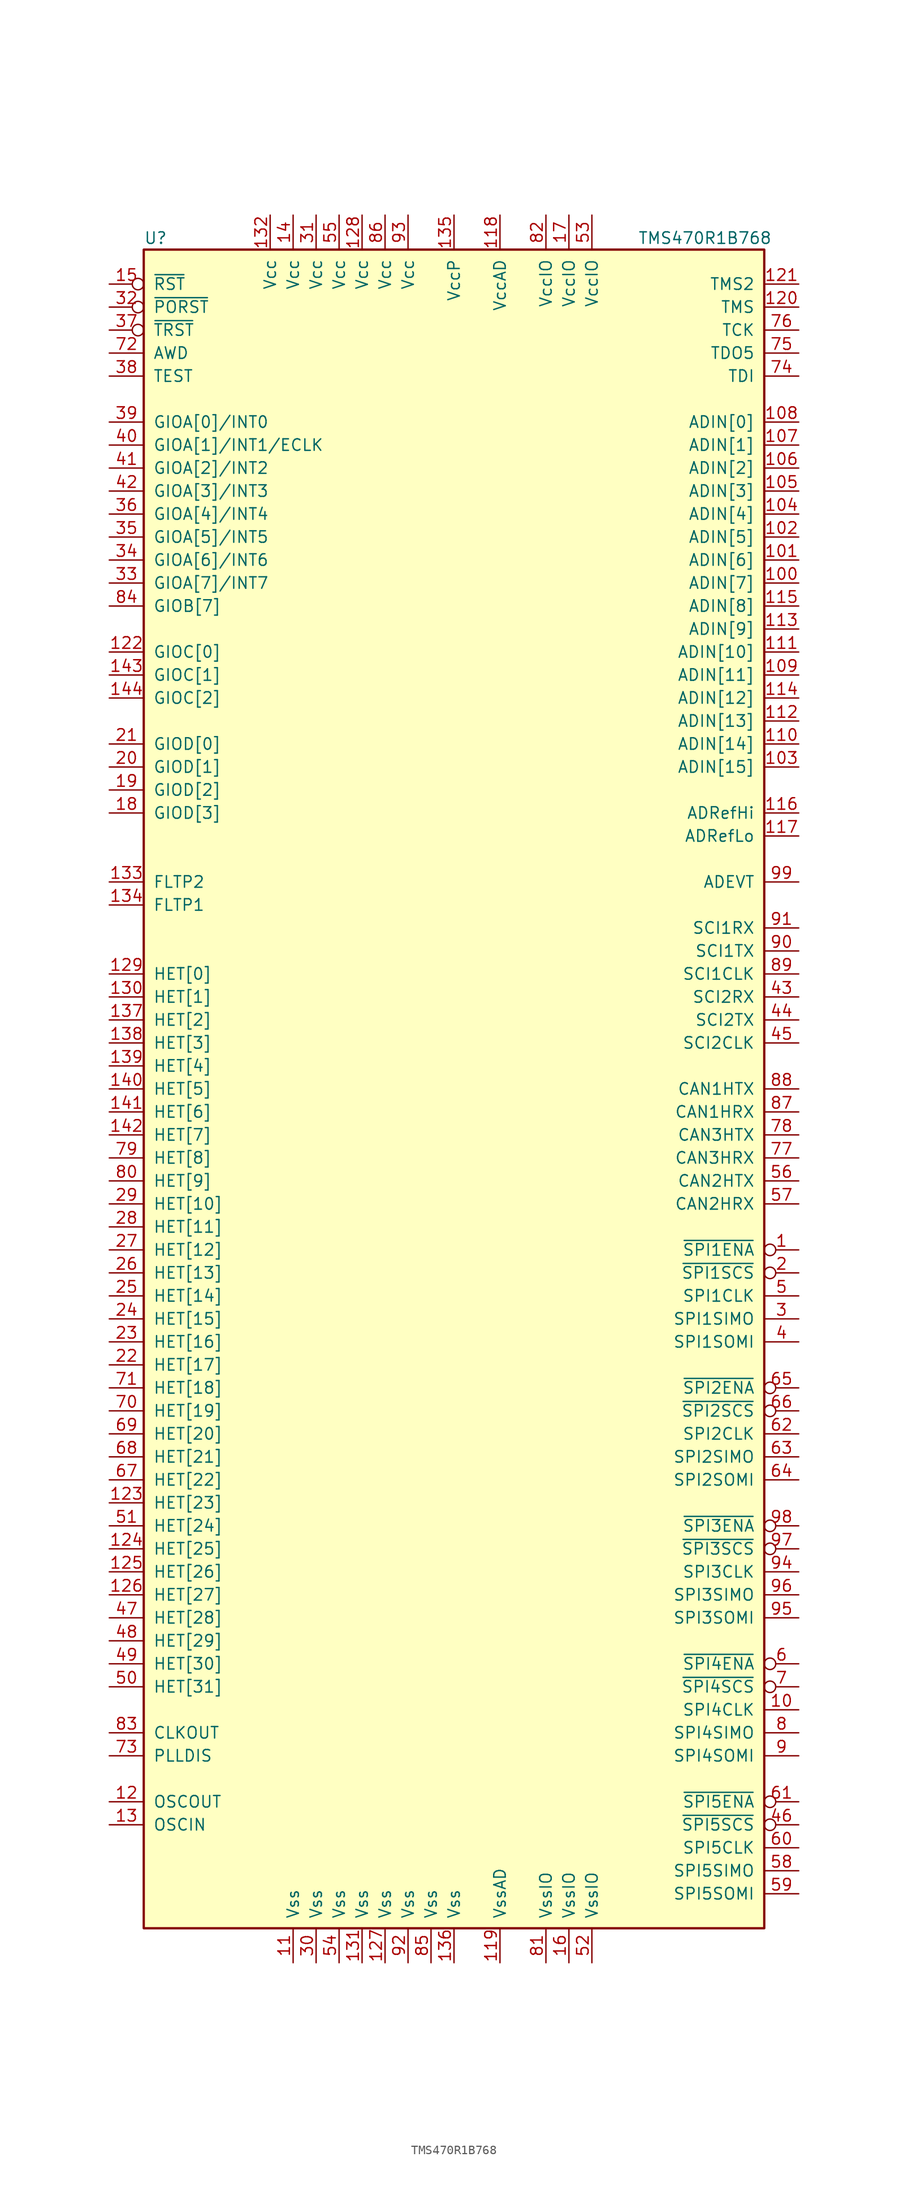
<source format=kicad_sym>
(kicad_symbol_lib
  (version 20211014)
  (generator kicad_symbol_editor)
  (symbol "TMS470R1B768"
    (pin_names
      (offset 1.016))
    (property "Reference" "U"
      (at -34.29 93.98 0)
      (effects (font (size 1.27 1.27)) (justify left)))
    (property "Value" "TMS470R1B768"
      (at 20.32 93.98 0)
      (effects (font (size 1.27 1.27)) (justify left)))
    (symbol "TMS470R1B768_0_1"
      (rectangle (start -34.29 92.71) (end 34.29 -92.71) (stroke (width 0.254) (type default) (color 0 0 0 0)) (fill (type background))))
    (symbol "TMS470R1B768_1_1"
      (pin passive inverted (at 38.1 -17.78 180) (length 3.81) (name "~{SPI1ENA}" (effects (font (size 1.27 1.27)))) (number "1" (effects (font (size 1.27 1.27)))))
      (pin passive line (at 38.1 -68.58 180) (length 3.81) (name "SPI4CLK" (effects (font (size 1.27 1.27)))) (number "10" (effects (font (size 1.27 1.27)))))
      (pin passive line (at 38.1 55.88 180) (length 3.81) (name "ADIN[7]" (effects (font (size 1.27 1.27)))) (number "100" (effects (font (size 1.27 1.27)))))
      (pin passive line (at 38.1 58.42 180) (length 3.81) (name "ADIN[6]" (effects (font (size 1.27 1.27)))) (number "101" (effects (font (size 1.27 1.27)))))
      (pin passive line (at 38.1 60.96 180) (length 3.81) (name "ADIN[5]" (effects (font (size 1.27 1.27)))) (number "102" (effects (font (size 1.27 1.27)))))
      (pin passive line (at 38.1 35.56 180) (length 3.81) (name "ADIN[15]" (effects (font (size 1.27 1.27)))) (number "103" (effects (font (size 1.27 1.27)))))
      (pin passive line (at 38.1 63.5 180) (length 3.81) (name "ADIN[4]" (effects (font (size 1.27 1.27)))) (number "104" (effects (font (size 1.27 1.27)))))
      (pin passive line (at 38.1 66.04 180) (length 3.81) (name "ADIN[3]" (effects (font (size 1.27 1.27)))) (number "105" (effects (font (size 1.27 1.27)))))
      (pin passive line (at 38.1 68.58 180) (length 3.81) (name "ADIN[2]" (effects (font (size 1.27 1.27)))) (number "106" (effects (font (size 1.27 1.27)))))
      (pin passive line (at 38.1 71.12 180) (length 3.81) (name "ADIN[1]" (effects (font (size 1.27 1.27)))) (number "107" (effects (font (size 1.27 1.27)))))
      (pin passive line (at 38.1 73.66 180) (length 3.81) (name "ADIN[0]" (effects (font (size 1.27 1.27)))) (number "108" (effects (font (size 1.27 1.27)))))
      (pin passive line (at 38.1 45.72 180) (length 3.81) (name "ADIN[11]" (effects (font (size 1.27 1.27)))) (number "109" (effects (font (size 1.27 1.27)))))
      (pin power_in line (at -17.78 -96.52 90) (length 3.81) (name "Vss" (effects (font (size 1.27 1.27)))) (number "11" (effects (font (size 1.27 1.27)))))
      (pin passive line (at 38.1 38.1 180) (length 3.81) (name "ADIN[14]" (effects (font (size 1.27 1.27)))) (number "110" (effects (font (size 1.27 1.27)))))
      (pin passive line (at 38.1 48.26 180) (length 3.81) (name "ADIN[10]" (effects (font (size 1.27 1.27)))) (number "111" (effects (font (size 1.27 1.27)))))
      (pin passive line (at 38.1 40.64 180) (length 3.81) (name "ADIN[13]" (effects (font (size 1.27 1.27)))) (number "112" (effects (font (size 1.27 1.27)))))
      (pin passive line (at 38.1 50.8 180) (length 3.81) (name "ADIN[9]" (effects (font (size 1.27 1.27)))) (number "113" (effects (font (size 1.27 1.27)))))
      (pin passive line (at 38.1 43.18 180) (length 3.81) (name "ADIN[12]" (effects (font (size 1.27 1.27)))) (number "114" (effects (font (size 1.27 1.27)))))
      (pin passive line (at 38.1 53.34 180) (length 3.81) (name "ADIN[8]" (effects (font (size 1.27 1.27)))) (number "115" (effects (font (size 1.27 1.27)))))
      (pin passive line (at 38.1 30.48 180) (length 3.81) (name "ADRefHi" (effects (font (size 1.27 1.27)))) (number "116" (effects (font (size 1.27 1.27)))))
      (pin passive line (at 38.1 27.94 180) (length 3.81) (name "ADRefLo" (effects (font (size 1.27 1.27)))) (number "117" (effects (font (size 1.27 1.27)))))
      (pin passive line (at 5.08 96.52 270) (length 3.81) (name "VccAD" (effects (font (size 1.27 1.27)))) (number "118" (effects (font (size 1.27 1.27)))))
      (pin passive line (at 5.08 -96.52 90) (length 3.81) (name "VssAD" (effects (font (size 1.27 1.27)))) (number "119" (effects (font (size 1.27 1.27)))))
      (pin passive line (at -38.1 -78.74 0) (length 3.81) (name "OSCOUT" (effects (font (size 1.27 1.27)))) (number "12" (effects (font (size 1.27 1.27)))))
      (pin passive line (at 38.1 86.36 180) (length 3.81) (name "TMS" (effects (font (size 1.27 1.27)))) (number "120" (effects (font (size 1.27 1.27)))))
      (pin passive line (at 38.1 88.9 180) (length 3.81) (name "TMS2" (effects (font (size 1.27 1.27)))) (number "121" (effects (font (size 1.27 1.27)))))
      (pin passive line (at -38.1 48.26 0) (length 3.81) (name "GIOC[0]" (effects (font (size 1.27 1.27)))) (number "122" (effects (font (size 1.27 1.27)))))
      (pin passive line (at -38.1 -45.72 0) (length 3.81) (name "HET[23]" (effects (font (size 1.27 1.27)))) (number "123" (effects (font (size 1.27 1.27)))))
      (pin passive line (at -38.1 -50.8 0) (length 3.81) (name "HET[25]" (effects (font (size 1.27 1.27)))) (number "124" (effects (font (size 1.27 1.27)))))
      (pin passive line (at -38.1 -53.34 0) (length 3.81) (name "HET[26]" (effects (font (size 1.27 1.27)))) (number "125" (effects (font (size 1.27 1.27)))))
      (pin passive line (at -38.1 -55.88 0) (length 3.81) (name "HET[27]" (effects (font (size 1.27 1.27)))) (number "126" (effects (font (size 1.27 1.27)))))
      (pin passive line (at -7.62 -96.52 90) (length 3.81) (name "Vss" (effects (font (size 1.27 1.27)))) (number "127" (effects (font (size 1.27 1.27)))))
      (pin passive line (at -10.16 96.52 270) (length 3.81) (name "Vcc" (effects (font (size 1.27 1.27)))) (number "128" (effects (font (size 1.27 1.27)))))
      (pin passive line (at -38.1 12.7 0) (length 3.81) (name "HET[0]" (effects (font (size 1.27 1.27)))) (number "129" (effects (font (size 1.27 1.27)))))
      (pin passive line (at -38.1 -81.28 0) (length 3.81) (name "OSCIN" (effects (font (size 1.27 1.27)))) (number "13" (effects (font (size 1.27 1.27)))))
      (pin passive line (at -38.1 10.16 0) (length 3.81) (name "HET[1]" (effects (font (size 1.27 1.27)))) (number "130" (effects (font (size 1.27 1.27)))))
      (pin passive line (at -10.16 -96.52 90) (length 3.81) (name "Vss" (effects (font (size 1.27 1.27)))) (number "131" (effects (font (size 1.27 1.27)))))
      (pin passive line (at -20.32 96.52 270) (length 3.81) (name "Vcc" (effects (font (size 1.27 1.27)))) (number "132" (effects (font (size 1.27 1.27)))))
      (pin passive line (at -38.1 22.86 0) (length 3.81) (name "FLTP2" (effects (font (size 1.27 1.27)))) (number "133" (effects (font (size 1.27 1.27)))))
      (pin passive line (at -38.1 20.32 0) (length 3.81) (name "FLTP1" (effects (font (size 1.27 1.27)))) (number "134" (effects (font (size 1.27 1.27)))))
      (pin passive line (at 0 96.52 270) (length 3.81) (name "VccP" (effects (font (size 1.27 1.27)))) (number "135" (effects (font (size 1.27 1.27)))))
      (pin passive line (at 0 -96.52 90) (length 3.81) (name "Vss" (effects (font (size 1.27 1.27)))) (number "136" (effects (font (size 1.27 1.27)))))
      (pin passive line (at -38.1 7.62 0) (length 3.81) (name "HET[2]" (effects (font (size 1.27 1.27)))) (number "137" (effects (font (size 1.27 1.27)))))
      (pin passive line (at -38.1 5.08 0) (length 3.81) (name "HET[3]" (effects (font (size 1.27 1.27)))) (number "138" (effects (font (size 1.27 1.27)))))
      (pin passive line (at -38.1 2.54 0) (length 3.81) (name "HET[4]" (effects (font (size 1.27 1.27)))) (number "139" (effects (font (size 1.27 1.27)))))
      (pin power_in line (at -17.78 96.52 270) (length 3.81) (name "Vcc" (effects (font (size 1.27 1.27)))) (number "14" (effects (font (size 1.27 1.27)))))
      (pin passive line (at -38.1 0 0) (length 3.81) (name "HET[5]" (effects (font (size 1.27 1.27)))) (number "140" (effects (font (size 1.27 1.27)))))
      (pin passive line (at -38.1 -2.54 0) (length 3.81) (name "HET[6]" (effects (font (size 1.27 1.27)))) (number "141" (effects (font (size 1.27 1.27)))))
      (pin passive line (at -38.1 -5.08 0) (length 3.81) (name "HET[7]" (effects (font (size 1.27 1.27)))) (number "142" (effects (font (size 1.27 1.27)))))
      (pin passive line (at -38.1 45.72 0) (length 3.81) (name "GIOC[1]" (effects (font (size 1.27 1.27)))) (number "143" (effects (font (size 1.27 1.27)))))
      (pin passive line (at -38.1 43.18 0) (length 3.81) (name "GIOC[2]" (effects (font (size 1.27 1.27)))) (number "144" (effects (font (size 1.27 1.27)))))
      (pin input inverted (at -38.1 88.9 0) (length 3.81) (name "~{RST}" (effects (font (size 1.27 1.27)))) (number "15" (effects (font (size 1.27 1.27)))))
      (pin power_in line (at 12.7 -96.52 90) (length 3.81) (name "VssIO" (effects (font (size 1.27 1.27)))) (number "16" (effects (font (size 1.27 1.27)))))
      (pin power_in line (at 12.7 96.52 270) (length 3.81) (name "VccIO" (effects (font (size 1.27 1.27)))) (number "17" (effects (font (size 1.27 1.27)))))
      (pin passive line (at -38.1 30.48 0) (length 3.81) (name "GIOD[3]" (effects (font (size 1.27 1.27)))) (number "18" (effects (font (size 1.27 1.27)))))
      (pin passive line (at -38.1 33.02 0) (length 3.81) (name "GIOD[2]" (effects (font (size 1.27 1.27)))) (number "19" (effects (font (size 1.27 1.27)))))
      (pin passive inverted (at 38.1 -20.32 180) (length 3.81) (name "~{SPI1SCS}" (effects (font (size 1.27 1.27)))) (number "2" (effects (font (size 1.27 1.27)))))
      (pin passive line (at -38.1 35.56 0) (length 3.81) (name "GIOD[1]" (effects (font (size 1.27 1.27)))) (number "20" (effects (font (size 1.27 1.27)))))
      (pin passive line (at -38.1 38.1 0) (length 3.81) (name "GIOD[0]" (effects (font (size 1.27 1.27)))) (number "21" (effects (font (size 1.27 1.27)))))
      (pin passive line (at -38.1 -30.48 0) (length 3.81) (name "HET[17]" (effects (font (size 1.27 1.27)))) (number "22" (effects (font (size 1.27 1.27)))))
      (pin passive line (at -38.1 -27.94 0) (length 3.81) (name "HET[16]" (effects (font (size 1.27 1.27)))) (number "23" (effects (font (size 1.27 1.27)))))
      (pin passive line (at -38.1 -25.4 0) (length 3.81) (name "HET[15]" (effects (font (size 1.27 1.27)))) (number "24" (effects (font (size 1.27 1.27)))))
      (pin passive line (at -38.1 -22.86 0) (length 3.81) (name "HET[14]" (effects (font (size 1.27 1.27)))) (number "25" (effects (font (size 1.27 1.27)))))
      (pin passive line (at -38.1 -20.32 0) (length 3.81) (name "HET[13]" (effects (font (size 1.27 1.27)))) (number "26" (effects (font (size 1.27 1.27)))))
      (pin passive line (at -38.1 -17.78 0) (length 3.81) (name "HET[12]" (effects (font (size 1.27 1.27)))) (number "27" (effects (font (size 1.27 1.27)))))
      (pin passive line (at -38.1 -15.24 0) (length 3.81) (name "HET[11]" (effects (font (size 1.27 1.27)))) (number "28" (effects (font (size 1.27 1.27)))))
      (pin passive line (at -38.1 -12.7 0) (length 3.81) (name "HET[10]" (effects (font (size 1.27 1.27)))) (number "29" (effects (font (size 1.27 1.27)))))
      (pin passive line (at 38.1 -25.4 180) (length 3.81) (name "SPI1SIMO" (effects (font (size 1.27 1.27)))) (number "3" (effects (font (size 1.27 1.27)))))
      (pin passive line (at -15.24 -96.52 90) (length 3.81) (name "Vss" (effects (font (size 1.27 1.27)))) (number "30" (effects (font (size 1.27 1.27)))))
      (pin passive line (at -15.24 96.52 270) (length 3.81) (name "Vcc" (effects (font (size 1.27 1.27)))) (number "31" (effects (font (size 1.27 1.27)))))
      (pin input inverted (at -38.1 86.36 0) (length 3.81) (name "~{PORST}" (effects (font (size 1.27 1.27)))) (number "32" (effects (font (size 1.27 1.27)))))
      (pin passive line (at -38.1 55.88 0) (length 3.81) (name "GIOA[7]/INT7" (effects (font (size 1.27 1.27)))) (number "33" (effects (font (size 1.27 1.27)))))
      (pin passive line (at -38.1 58.42 0) (length 3.81) (name "GIOA[6]/INT6" (effects (font (size 1.27 1.27)))) (number "34" (effects (font (size 1.27 1.27)))))
      (pin passive line (at -38.1 60.96 0) (length 3.81) (name "GIOA[5]/INT5" (effects (font (size 1.27 1.27)))) (number "35" (effects (font (size 1.27 1.27)))))
      (pin passive line (at -38.1 63.5 0) (length 3.81) (name "GIOA[4]/INT4" (effects (font (size 1.27 1.27)))) (number "36" (effects (font (size 1.27 1.27)))))
      (pin input inverted (at -38.1 83.82 0) (length 3.81) (name "~{TRST}" (effects (font (size 1.27 1.27)))) (number "37" (effects (font (size 1.27 1.27)))))
      (pin passive line (at -38.1 78.74 0) (length 3.81) (name "TEST" (effects (font (size 1.27 1.27)))) (number "38" (effects (font (size 1.27 1.27)))))
      (pin input line (at -38.1 73.66 0) (length 3.81) (name "GIOA[0]/INT0" (effects (font (size 1.27 1.27)))) (number "39" (effects (font (size 1.27 1.27)))))
      (pin passive line (at 38.1 -27.94 180) (length 3.81) (name "SPI1SOMI" (effects (font (size 1.27 1.27)))) (number "4" (effects (font (size 1.27 1.27)))))
      (pin passive line (at -38.1 71.12 0) (length 3.81) (name "GIOA[1]/INT1/ECLK" (effects (font (size 1.27 1.27)))) (number "40" (effects (font (size 1.27 1.27)))))
      (pin passive line (at -38.1 68.58 0) (length 3.81) (name "GIOA[2]/INT2" (effects (font (size 1.27 1.27)))) (number "41" (effects (font (size 1.27 1.27)))))
      (pin passive line (at -38.1 66.04 0) (length 3.81) (name "GIOA[3]/INT3" (effects (font (size 1.27 1.27)))) (number "42" (effects (font (size 1.27 1.27)))))
      (pin passive line (at 38.1 10.16 180) (length 3.81) (name "SCI2RX" (effects (font (size 1.27 1.27)))) (number "43" (effects (font (size 1.27 1.27)))))
      (pin passive line (at 38.1 7.62 180) (length 3.81) (name "SCI2TX" (effects (font (size 1.27 1.27)))) (number "44" (effects (font (size 1.27 1.27)))))
      (pin passive line (at 38.1 5.08 180) (length 3.81) (name "SCI2CLK" (effects (font (size 1.27 1.27)))) (number "45" (effects (font (size 1.27 1.27)))))
      (pin passive inverted (at 38.1 -81.28 180) (length 3.81) (name "~{SPI5SCS}" (effects (font (size 1.27 1.27)))) (number "46" (effects (font (size 1.27 1.27)))))
      (pin passive line (at -38.1 -58.42 0) (length 3.81) (name "HET[28]" (effects (font (size 1.27 1.27)))) (number "47" (effects (font (size 1.27 1.27)))))
      (pin passive line (at -38.1 -60.96 0) (length 3.81) (name "HET[29]" (effects (font (size 1.27 1.27)))) (number "48" (effects (font (size 1.27 1.27)))))
      (pin passive line (at -38.1 -63.5 0) (length 3.81) (name "HET[30]" (effects (font (size 1.27 1.27)))) (number "49" (effects (font (size 1.27 1.27)))))
      (pin passive line (at 38.1 -22.86 180) (length 3.81) (name "SPI1CLK" (effects (font (size 1.27 1.27)))) (number "5" (effects (font (size 1.27 1.27)))))
      (pin passive line (at -38.1 -66.04 0) (length 3.81) (name "HET[31]" (effects (font (size 1.27 1.27)))) (number "50" (effects (font (size 1.27 1.27)))))
      (pin passive line (at -38.1 -48.26 0) (length 3.81) (name "HET[24]" (effects (font (size 1.27 1.27)))) (number "51" (effects (font (size 1.27 1.27)))))
      (pin power_in line (at 15.24 -96.52 90) (length 3.81) (name "VssIO" (effects (font (size 1.27 1.27)))) (number "52" (effects (font (size 1.27 1.27)))))
      (pin power_in line (at 15.24 96.52 270) (length 3.81) (name "VccIO" (effects (font (size 1.27 1.27)))) (number "53" (effects (font (size 1.27 1.27)))))
      (pin power_in line (at -12.7 -96.52 90) (length 3.81) (name "Vss" (effects (font (size 1.27 1.27)))) (number "54" (effects (font (size 1.27 1.27)))))
      (pin unspecified line (at -12.7 96.52 270) (length 3.81) (name "Vcc" (effects (font (size 1.27 1.27)))) (number "55" (effects (font (size 1.27 1.27)))))
      (pin passive line (at 38.1 -10.16 180) (length 3.81) (name "CAN2HTX" (effects (font (size 1.27 1.27)))) (number "56" (effects (font (size 1.27 1.27)))))
      (pin passive line (at 38.1 -12.7 180) (length 3.81) (name "CAN2HRX" (effects (font (size 1.27 1.27)))) (number "57" (effects (font (size 1.27 1.27)))))
      (pin passive line (at 38.1 -86.36 180) (length 3.81) (name "SPI5SIMO" (effects (font (size 1.27 1.27)))) (number "58" (effects (font (size 1.27 1.27)))))
      (pin passive line (at 38.1 -88.9 180) (length 3.81) (name "SPI5SOMI" (effects (font (size 1.27 1.27)))) (number "59" (effects (font (size 1.27 1.27)))))
      (pin passive inverted (at 38.1 -63.5 180) (length 3.81) (name "~{SPI4ENA}" (effects (font (size 1.27 1.27)))) (number "6" (effects (font (size 1.27 1.27)))))
      (pin passive line (at 38.1 -83.82 180) (length 3.81) (name "SPI5CLK" (effects (font (size 1.27 1.27)))) (number "60" (effects (font (size 1.27 1.27)))))
      (pin passive inverted (at 38.1 -78.74 180) (length 3.81) (name "~{SPI5ENA}" (effects (font (size 1.27 1.27)))) (number "61" (effects (font (size 1.27 1.27)))))
      (pin passive line (at 38.1 -38.1 180) (length 3.81) (name "SPI2CLK" (effects (font (size 1.27 1.27)))) (number "62" (effects (font (size 1.27 1.27)))))
      (pin passive line (at 38.1 -40.64 180) (length 3.81) (name "SPI2SIMO" (effects (font (size 1.27 1.27)))) (number "63" (effects (font (size 1.27 1.27)))))
      (pin passive line (at 38.1 -43.18 180) (length 3.81) (name "SPI2SOMI" (effects (font (size 1.27 1.27)))) (number "64" (effects (font (size 1.27 1.27)))))
      (pin passive inverted (at 38.1 -33.02 180) (length 3.81) (name "~{SPI2ENA}" (effects (font (size 1.27 1.27)))) (number "65" (effects (font (size 1.27 1.27)))))
      (pin passive inverted (at 38.1 -35.56 180) (length 3.81) (name "~{SPI2SCS}" (effects (font (size 1.27 1.27)))) (number "66" (effects (font (size 1.27 1.27)))))
      (pin passive line (at -38.1 -43.18 0) (length 3.81) (name "HET[22]" (effects (font (size 1.27 1.27)))) (number "67" (effects (font (size 1.27 1.27)))))
      (pin passive line (at -38.1 -40.64 0) (length 3.81) (name "HET[21]" (effects (font (size 1.27 1.27)))) (number "68" (effects (font (size 1.27 1.27)))))
      (pin passive line (at -38.1 -38.1 0) (length 3.81) (name "HET[20]" (effects (font (size 1.27 1.27)))) (number "69" (effects (font (size 1.27 1.27)))))
      (pin passive inverted (at 38.1 -66.04 180) (length 3.81) (name "~{SPI4SCS}" (effects (font (size 1.27 1.27)))) (number "7" (effects (font (size 1.27 1.27)))))
      (pin passive line (at -38.1 -35.56 0) (length 3.81) (name "HET[19]" (effects (font (size 1.27 1.27)))) (number "70" (effects (font (size 1.27 1.27)))))
      (pin passive line (at -38.1 -33.02 0) (length 3.81) (name "HET[18]" (effects (font (size 1.27 1.27)))) (number "71" (effects (font (size 1.27 1.27)))))
      (pin passive line (at -38.1 81.28 0) (length 3.81) (name "AWD" (effects (font (size 1.27 1.27)))) (number "72" (effects (font (size 1.27 1.27)))))
      (pin passive line (at -38.1 -73.66 0) (length 3.81) (name "PLLDIS" (effects (font (size 1.27 1.27)))) (number "73" (effects (font (size 1.27 1.27)))))
      (pin passive line (at 38.1 78.74 180) (length 3.81) (name "TDI" (effects (font (size 1.27 1.27)))) (number "74" (effects (font (size 1.27 1.27)))))
      (pin passive line (at 38.1 81.28 180) (length 3.81) (name "TDO5" (effects (font (size 1.27 1.27)))) (number "75" (effects (font (size 1.27 1.27)))))
      (pin passive line (at 38.1 83.82 180) (length 3.81) (name "TCK" (effects (font (size 1.27 1.27)))) (number "76" (effects (font (size 1.27 1.27)))))
      (pin passive line (at 38.1 -7.62 180) (length 3.81) (name "CAN3HRX" (effects (font (size 1.27 1.27)))) (number "77" (effects (font (size 1.27 1.27)))))
      (pin passive line (at 38.1 -5.08 180) (length 3.81) (name "CAN3HTX" (effects (font (size 1.27 1.27)))) (number "78" (effects (font (size 1.27 1.27)))))
      (pin passive line (at -38.1 -7.62 0) (length 3.81) (name "HET[8]" (effects (font (size 1.27 1.27)))) (number "79" (effects (font (size 1.27 1.27)))))
      (pin passive line (at 38.1 -71.12 180) (length 3.81) (name "SPI4SIMO" (effects (font (size 1.27 1.27)))) (number "8" (effects (font (size 1.27 1.27)))))
      (pin passive line (at -38.1 -10.16 0) (length 3.81) (name "HET[9]" (effects (font (size 1.27 1.27)))) (number "80" (effects (font (size 1.27 1.27)))))
      (pin passive line (at 10.16 -96.52 90) (length 3.81) (name "VssIO" (effects (font (size 1.27 1.27)))) (number "81" (effects (font (size 1.27 1.27)))))
      (pin passive line (at 10.16 96.52 270) (length 3.81) (name "VccIO" (effects (font (size 1.27 1.27)))) (number "82" (effects (font (size 1.27 1.27)))))
      (pin passive line (at -38.1 -71.12 0) (length 3.81) (name "CLKOUT" (effects (font (size 1.27 1.27)))) (number "83" (effects (font (size 1.27 1.27)))))
      (pin passive line (at -38.1 53.34 0) (length 3.81) (name "GIOB[7]" (effects (font (size 1.27 1.27)))) (number "84" (effects (font (size 1.27 1.27)))))
      (pin passive line (at -2.54 -96.52 90) (length 3.81) (name "Vss" (effects (font (size 1.27 1.27)))) (number "85" (effects (font (size 1.27 1.27)))))
      (pin passive line (at -7.62 96.52 270) (length 3.81) (name "Vcc" (effects (font (size 1.27 1.27)))) (number "86" (effects (font (size 1.27 1.27)))))
      (pin passive line (at 38.1 -2.54 180) (length 3.81) (name "CAN1HRX" (effects (font (size 1.27 1.27)))) (number "87" (effects (font (size 1.27 1.27)))))
      (pin passive line (at 38.1 0 180) (length 3.81) (name "CAN1HTX" (effects (font (size 1.27 1.27)))) (number "88" (effects (font (size 1.27 1.27)))))
      (pin passive line (at 38.1 12.7 180) (length 3.81) (name "SCI1CLK" (effects (font (size 1.27 1.27)))) (number "89" (effects (font (size 1.27 1.27)))))
      (pin passive line (at 38.1 -73.66 180) (length 3.81) (name "SPI4SOMI" (effects (font (size 1.27 1.27)))) (number "9" (effects (font (size 1.27 1.27)))))
      (pin passive line (at 38.1 15.24 180) (length 3.81) (name "SCI1TX" (effects (font (size 1.27 1.27)))) (number "90" (effects (font (size 1.27 1.27)))))
      (pin passive line (at 38.1 17.78 180) (length 3.81) (name "SCI1RX" (effects (font (size 1.27 1.27)))) (number "91" (effects (font (size 1.27 1.27)))))
      (pin passive line (at -5.08 -96.52 90) (length 3.81) (name "Vss" (effects (font (size 1.27 1.27)))) (number "92" (effects (font (size 1.27 1.27)))))
      (pin passive line (at -5.08 96.52 270) (length 3.81) (name "Vcc" (effects (font (size 1.27 1.27)))) (number "93" (effects (font (size 1.27 1.27)))))
      (pin passive line (at 38.1 -53.34 180) (length 3.81) (name "SPI3CLK" (effects (font (size 1.27 1.27)))) (number "94" (effects (font (size 1.27 1.27)))))
      (pin passive line (at 38.1 -58.42 180) (length 3.81) (name "SPI3SOMI" (effects (font (size 1.27 1.27)))) (number "95" (effects (font (size 1.27 1.27)))))
      (pin passive line (at 38.1 -55.88 180) (length 3.81) (name "SPI3SIMO" (effects (font (size 1.27 1.27)))) (number "96" (effects (font (size 1.27 1.27)))))
      (pin passive inverted (at 38.1 -50.8 180) (length 3.81) (name "~{SPI3SCS}" (effects (font (size 1.27 1.27)))) (number "97" (effects (font (size 1.27 1.27)))))
      (pin passive inverted (at 38.1 -48.26 180) (length 3.81) (name "~{SPI3ENA}" (effects (font (size 1.27 1.27)))) (number "98" (effects (font (size 1.27 1.27)))))
      (pin passive line (at 38.1 22.86 180) (length 3.81) (name "ADEVT" (effects (font (size 1.27 1.27)))) (number "99" (effects (font (size 1.27 1.27))))))))
</source>
